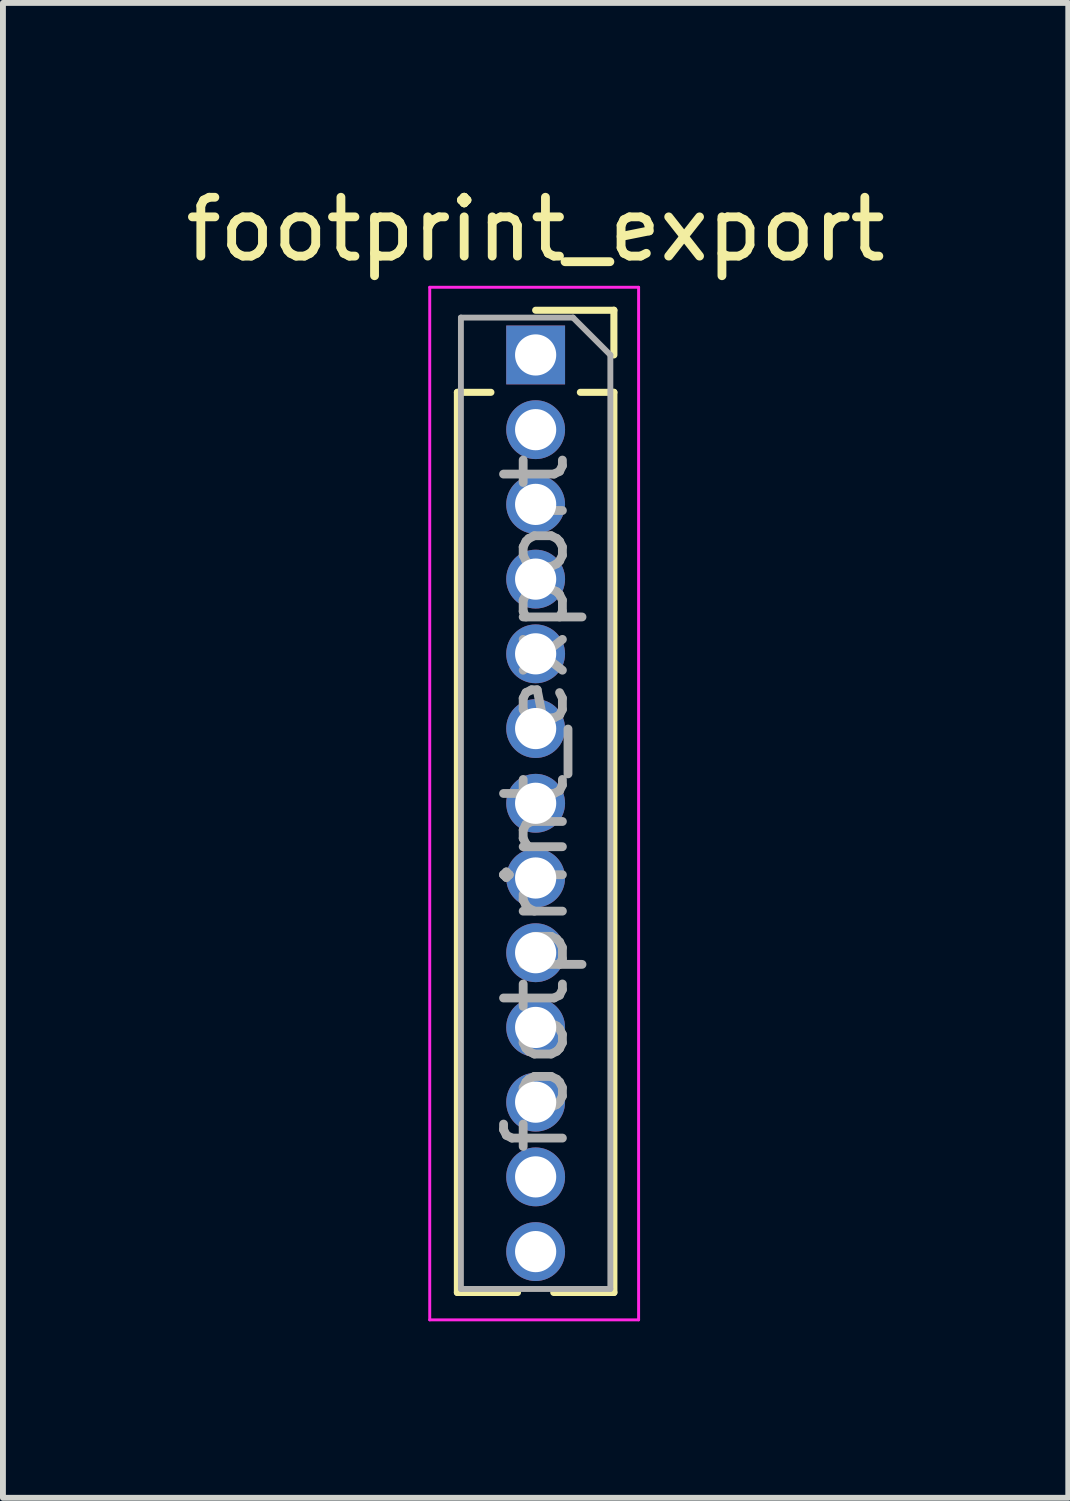
<source format=kicad_pcb>
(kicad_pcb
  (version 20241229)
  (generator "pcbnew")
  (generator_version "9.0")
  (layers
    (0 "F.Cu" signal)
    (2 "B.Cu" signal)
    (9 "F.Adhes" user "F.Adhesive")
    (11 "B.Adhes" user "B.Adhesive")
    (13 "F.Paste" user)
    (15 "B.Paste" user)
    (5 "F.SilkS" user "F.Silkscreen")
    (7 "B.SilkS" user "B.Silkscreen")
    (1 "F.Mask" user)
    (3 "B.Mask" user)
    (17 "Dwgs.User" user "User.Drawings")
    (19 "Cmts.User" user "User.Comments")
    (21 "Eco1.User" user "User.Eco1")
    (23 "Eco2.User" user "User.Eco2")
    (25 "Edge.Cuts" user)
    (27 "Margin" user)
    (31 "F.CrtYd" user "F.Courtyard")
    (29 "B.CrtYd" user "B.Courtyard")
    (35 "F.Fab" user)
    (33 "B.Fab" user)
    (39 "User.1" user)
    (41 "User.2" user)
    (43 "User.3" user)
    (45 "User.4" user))
  (footprint "footprint_export"
    (layer "F.Cu")
    (at 6.054 2.983)
    (property "Reference" "footprint_export" (at 0 -2.135 0) (layer "F.SilkS") (effects (font (size 1 1) (thickness 0.15))))
    (attr through_hole)
    (fp_line (start -1.33 0.635) (end -1.33 15.935) (stroke (width 0.12) (type solid)) (layer "F.SilkS"))
    (fp_line (start -1.33 0.635) (end -0.76 0.635) (stroke (width 0.12) (type solid)) (layer "F.SilkS"))
    (fp_line (start -1.33 15.935) (end -0.308 15.935) (stroke (width 0.12) (type solid)) (layer "F.SilkS"))
    (fp_line (start 0 -0.76) (end 1.33 -0.76) (stroke (width 0.12) (type solid)) (layer "F.SilkS"))
    (fp_line (start 0.308 15.935) (end 1.33 15.935) (stroke (width 0.12) (type solid)) (layer "F.SilkS"))
    (fp_line (start 0.76 0.635) (end 1.33 0.635) (stroke (width 0.12) (type solid)) (layer "F.SilkS"))
    (fp_line (start 1.33 -0.76) (end 1.33 0) (stroke (width 0.12) (type solid)) (layer "F.SilkS"))
    (fp_line (start 1.33 0.635) (end 1.33 15.935) (stroke (width 0.12) (type solid)) (layer "F.SilkS"))
    (fp_line (start -1.8 -1.15) (end 1.75 -1.15) (stroke (width 0.05) (type solid)) (layer "F.CrtYd"))
    (fp_line (start -1.8 16.4) (end -1.8 -1.15) (stroke (width 0.05) (type solid)) (layer "F.CrtYd"))
    (fp_line (start 1.75 -1.15) (end 1.75 16.4) (stroke (width 0.05) (type solid)) (layer "F.CrtYd"))
    (fp_line (start 1.75 16.4) (end -1.8 16.4) (stroke (width 0.05) (type solid)) (layer "F.CrtYd"))
    (fp_line (start -1.27 -0.635) (end 0.635 -0.635) (stroke (width 0.1) (type solid)) (layer "F.Fab"))
    (fp_line (start -1.27 15.875) (end -1.27 -0.635) (stroke (width 0.1) (type solid)) (layer "F.Fab"))
    (fp_line (start 0.635 -0.635) (end 1.27 0) (stroke (width 0.1) (type solid)) (layer "F.Fab"))
    (fp_line (start 1.27 0) (end 1.27 15.875) (stroke (width 0.1) (type solid)) (layer "F.Fab"))
    (fp_line (start 1.27 15.875) (end -1.27 15.875) (stroke (width 0.1) (type solid)) (layer "F.Fab"))
    (fp_text user "${REFERENCE}" (at 0 7.62 90) (layer "F.Fab") (effects (font (size 1 1) (thickness 0.15))))
    (pad "1" thru_hole rect (at 0 0) (size 1 1) (drill 0.7) (layers "*.Cu" "*.Mask"))
    (pad "2" thru_hole oval (at 0 1.27) (size 1 1) (drill 0.7) (layers "*.Cu" "*.Mask"))
    (pad "3" thru_hole oval (at 0 2.54) (size 1 1) (drill 0.7) (layers "*.Cu" "*.Mask"))
    (pad "4" thru_hole oval (at 0 3.81) (size 1 1) (drill 0.7) (layers "*.Cu" "*.Mask"))
    (pad "5" thru_hole oval (at 0 5.08) (size 1 1) (drill 0.7) (layers "*.Cu" "*.Mask"))
    (pad "6" thru_hole oval (at 0 6.35) (size 1 1) (drill 0.7) (layers "*.Cu" "*.Mask"))
    (pad "7" thru_hole oval (at 0 7.62) (size 1 1) (drill 0.7) (layers "*.Cu" "*.Mask"))
    (pad "8" thru_hole oval (at 0 8.89) (size 1 1) (drill 0.7) (layers "*.Cu" "*.Mask"))
    (pad "9" thru_hole oval (at 0 10.16) (size 1 1) (drill 0.7) (layers "*.Cu" "*.Mask"))
    (pad "10" thru_hole oval (at 0 11.43) (size 1 1) (drill 0.7) (layers "*.Cu" "*.Mask"))
    (pad "11" thru_hole oval (at 0 12.7) (size 1 1) (drill 0.7) (layers "*.Cu" "*.Mask"))
    (pad "12" thru_hole oval (at 0 13.97) (size 1 1) (drill 0.7) (layers "*.Cu" "*.Mask"))
    (pad "13" thru_hole oval (at 0 15.24) (size 1 1) (drill 0.7) (layers "*.Cu" "*.Mask")))
  (gr_rect
    (start -3 -3)
    (end 15.107 22.408)
    (stroke (width 0.1) (type default))
    (fill no)
    (layer "Edge.Cuts")))
</source>
